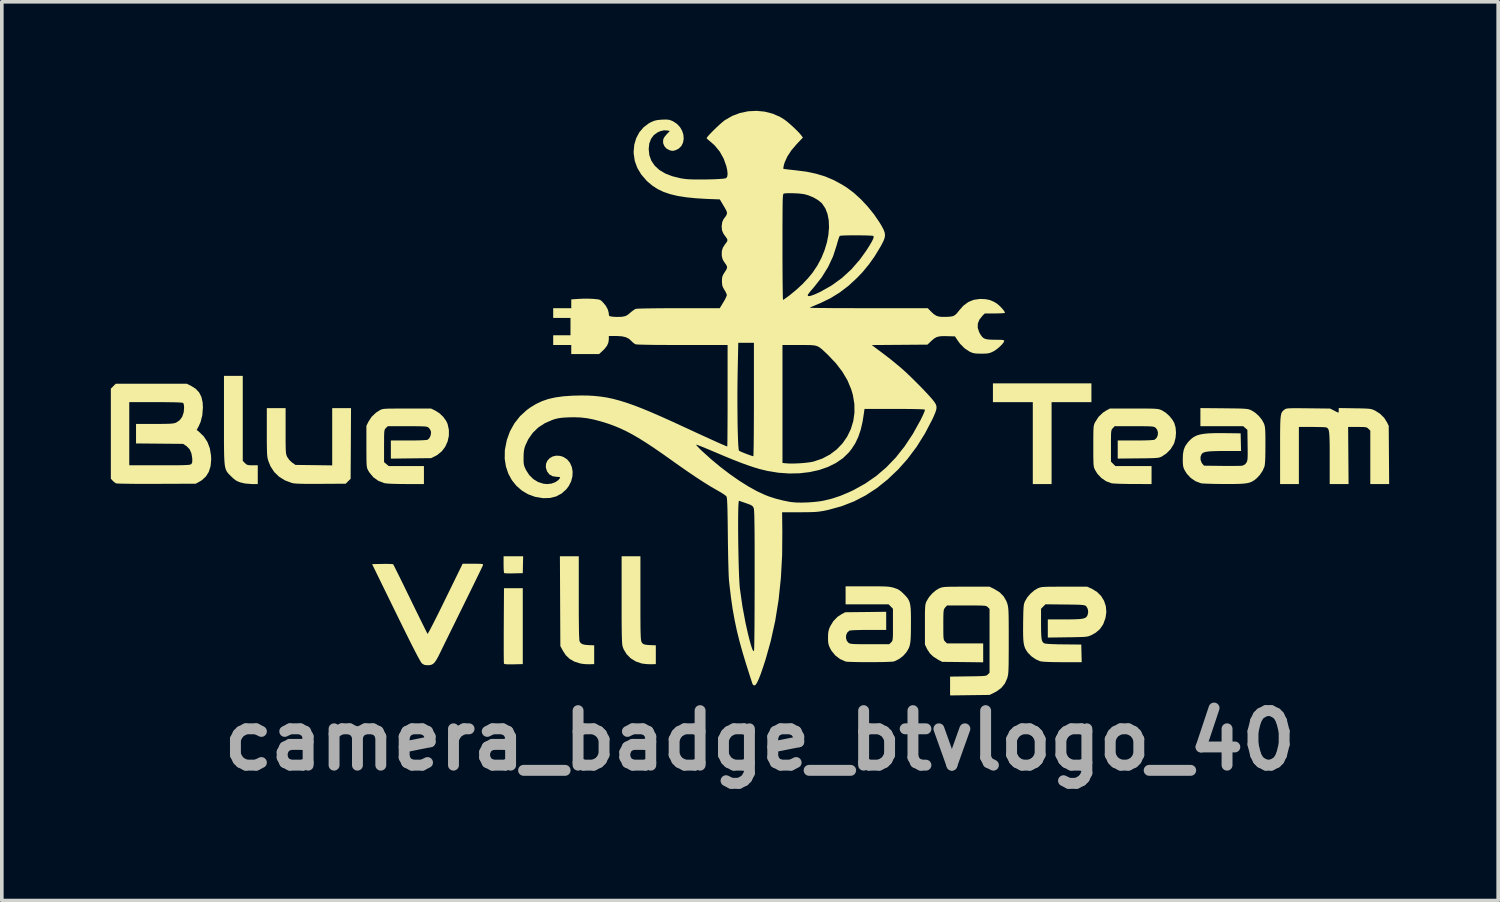
<source format=kicad_pcb>
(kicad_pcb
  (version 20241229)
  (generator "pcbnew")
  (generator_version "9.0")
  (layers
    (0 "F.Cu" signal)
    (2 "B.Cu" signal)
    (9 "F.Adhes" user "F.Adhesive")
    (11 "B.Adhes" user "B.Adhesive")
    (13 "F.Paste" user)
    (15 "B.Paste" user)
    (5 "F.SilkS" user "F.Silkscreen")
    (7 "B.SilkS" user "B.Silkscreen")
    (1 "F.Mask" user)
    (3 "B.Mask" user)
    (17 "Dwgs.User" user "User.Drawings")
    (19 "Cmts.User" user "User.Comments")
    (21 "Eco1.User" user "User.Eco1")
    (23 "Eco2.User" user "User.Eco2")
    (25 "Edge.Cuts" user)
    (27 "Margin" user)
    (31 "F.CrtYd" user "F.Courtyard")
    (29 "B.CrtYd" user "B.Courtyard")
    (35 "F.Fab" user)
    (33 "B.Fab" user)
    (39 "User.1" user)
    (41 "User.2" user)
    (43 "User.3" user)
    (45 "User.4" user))
  (footprint "camera_badge_btvlogo_40"
    (layer "F.Cu")
    (at 17.757 8.326)
    (property "Reference" "camera_badge_btvlogo_40" (at 0.1 9 0) (layer "F.Fab") (effects (font (size 1.5 1.5) (thickness 0.3))))
    (attr board_only exclude_from_pos_files exclude_from_bom)
    (fp_poly (pts (xy -6.417 4.163) (xy -6.422 4.395) (xy -6.672 4.401) (xy -6.769 4.402) (xy -6.852 4.401) (xy -6.91 4.398) (xy -6.935 4.393) (xy -6.935 4.393) (xy -6.941 4.367) (xy -6.946 4.309) (xy -6.949 4.229) (xy -6.95 4.154) (xy -6.95 3.93) (xy -6.68 3.93) (xy -6.411 3.93)) (stroke (width 0) (type solid)) (fill yes) (layer "F.SilkS"))
    (fp_poly (pts (xy 9.225 -0.569) (xy 9.225 -0.31) (xy 8.677 -0.31) (xy 8.129 -0.31) (xy 8.129 0.817) (xy 8.129 1.944) (xy 7.87 1.944) (xy 7.612 1.944) (xy 7.612 0.817) (xy 7.612 -0.31) (xy 7.064 -0.31) (xy 6.515 -0.31) (xy 6.515 -0.569) (xy 6.515 -0.827) (xy 7.87 -0.827) (xy 9.225 -0.827)) (stroke (width 0) (type solid)) (fill yes) (layer "F.SilkS"))
    (fp_poly (pts (xy -6.422 5.854) (xy -6.422 6.898) (xy -6.676 6.904) (xy -6.79 6.905) (xy -6.868 6.903) (xy -6.916 6.897) (xy -6.938 6.887) (xy -6.94 6.883) (xy -6.942 6.858) (xy -6.944 6.795) (xy -6.945 6.699) (xy -6.946 6.574) (xy -6.946 6.424) (xy -6.946 6.253) (xy -6.946 6.065) (xy -6.945 5.864) (xy -6.945 5.833) (xy -6.939 4.809) (xy -6.681 4.809) (xy -6.422 4.809)) (stroke (width 0) (type solid)) (fill yes) (layer "F.SilkS"))
    (fp_poly (pts (xy -4.881 5.077) (xy -4.881 5.359) (xy -4.88 5.6) (xy -4.878 5.803) (xy -4.876 5.968) (xy -4.873 6.097) (xy -4.868 6.19) (xy -4.864 6.249) (xy -4.858 6.274) (xy -4.827 6.32) (xy -4.779 6.35) (xy -4.704 6.368) (xy -4.602 6.376) (xy -4.457 6.381) (xy -4.457 6.64) (xy -4.457 6.898) (xy -4.592 6.902) (xy -4.686 6.9) (xy -4.785 6.89) (xy -4.84 6.88) (xy -5.001 6.83) (xy -5.131 6.756) (xy -5.237 6.655) (xy -5.317 6.533) (xy -5.388 6.402) (xy -5.394 5.166) (xy -5.4 3.93) (xy -5.141 3.93) (xy -4.881 3.93)) (stroke (width 0) (type solid)) (fill yes) (layer "F.SilkS"))
    (fp_poly (pts (xy -14.127 0.136) (xy -14.127 1.306) (xy -14.067 1.367) (xy -14.031 1.399) (xy -13.995 1.417) (xy -13.947 1.425) (xy -13.871 1.427) (xy -13.86 1.427) (xy -13.714 1.427) (xy -13.714 1.686) (xy -13.714 1.944) (xy -13.884 1.943) (xy -14.062 1.929) (xy -14.188 1.9) (xy -14.265 1.871) (xy -14.328 1.836) (xy -14.393 1.784) (xy -14.45 1.729) (xy -14.488 1.691) (xy -14.521 1.657) (xy -14.549 1.623) (xy -14.573 1.587) (xy -14.592 1.545) (xy -14.608 1.494) (xy -14.62 1.431) (xy -14.629 1.351) (xy -14.635 1.252) (xy -14.64 1.131) (xy -14.642 0.984) (xy -14.644 0.808) (xy -14.644 0.599) (xy -14.644 0.354) (xy -14.644 0.172) (xy -14.644 -1.034) (xy -14.386 -1.034) (xy -14.127 -1.034)) (stroke (width 0) (type solid)) (fill yes) (layer "F.SilkS"))
    (fp_poly (pts (xy -3.185 5.079) (xy -3.185 5.331) (xy -3.185 5.545) (xy -3.184 5.724) (xy -3.183 5.871) (xy -3.181 5.99) (xy -3.178 6.084) (xy -3.175 6.156) (xy -3.171 6.209) (xy -3.166 6.247) (xy -3.16 6.273) (xy -3.154 6.289) (xy -3.131 6.325) (xy -3.099 6.348) (xy -3.051 6.363) (xy -2.977 6.372) (xy -2.896 6.376) (xy -2.761 6.381) (xy -2.761 6.64) (xy -2.761 6.898) (xy -2.896 6.902) (xy -2.994 6.899) (xy -3.102 6.888) (xy -3.163 6.877) (xy -3.317 6.823) (xy -3.453 6.738) (xy -3.565 6.625) (xy -3.646 6.491) (xy -3.674 6.416) (xy -3.68 6.388) (xy -3.686 6.345) (xy -3.69 6.284) (xy -3.694 6.203) (xy -3.697 6.098) (xy -3.699 5.967) (xy -3.701 5.807) (xy -3.702 5.614) (xy -3.702 5.385) (xy -3.702 5.126) (xy -3.702 3.93) (xy -3.444 3.93) (xy -3.185 3.93)) (stroke (width 0) (type solid)) (fill yes) (layer "F.SilkS"))
    (fp_poly (pts (xy -12.948 0.482) (xy -12.948 0.66) (xy -12.948 0.801) (xy -12.946 0.911) (xy -12.944 0.995) (xy -12.94 1.057) (xy -12.935 1.103) (xy -12.927 1.138) (xy -12.918 1.166) (xy -12.905 1.193) (xy -12.902 1.2) (xy -12.847 1.279) (xy -12.775 1.348) (xy -12.765 1.355) (xy -12.676 1.417) (xy -12.171 1.423) (xy -11.666 1.43) (xy -11.666 0.643) (xy -11.666 -0.145) (xy -11.407 -0.145) (xy -11.148 -0.145) (xy -11.153 0.827) (xy -11.159 1.799) (xy -11.227 1.866) (xy -11.294 1.934) (xy -11.982 1.938) (xy -12.182 1.939) (xy -12.346 1.939) (xy -12.478 1.937) (xy -12.581 1.934) (xy -12.66 1.93) (xy -12.72 1.924) (xy -12.764 1.916) (xy -12.777 1.913) (xy -12.967 1.842) (xy -13.129 1.741) (xy -13.262 1.612) (xy -13.364 1.455) (xy -13.426 1.301) (xy -13.437 1.262) (xy -13.446 1.22) (xy -13.453 1.17) (xy -13.458 1.107) (xy -13.461 1.025) (xy -13.463 0.921) (xy -13.465 0.788) (xy -13.465 0.621) (xy -13.465 0.515) (xy -13.465 -0.145) (xy -13.207 -0.145) (xy -12.948 -0.145)) (stroke (width 0) (type solid)) (fill yes) (layer "F.SilkS"))
    (fp_poly (pts (xy -7.678 4.137) (xy -7.6 4.138) (xy -7.551 4.142) (xy -7.525 4.148) (xy -7.516 4.159) (xy -7.517 4.174) (xy -7.519 4.178) (xy -7.53 4.204) (xy -7.558 4.263) (xy -7.601 4.353) (xy -7.657 4.469) (xy -7.725 4.608) (xy -7.802 4.766) (xy -7.888 4.941) (xy -7.98 5.128) (xy -8.039 5.248) (xy -8.139 5.451) (xy -8.238 5.652) (xy -8.333 5.846) (xy -8.423 6.027) (xy -8.504 6.193) (xy -8.575 6.337) (xy -8.633 6.455) (xy -8.675 6.543) (xy -8.687 6.567) (xy -8.75 6.694) (xy -8.803 6.788) (xy -8.849 6.853) (xy -8.894 6.895) (xy -8.943 6.918) (xy -9.001 6.928) (xy -9.047 6.929) (xy -9.12 6.922) (xy -9.174 6.896) (xy -9.203 6.872) (xy -9.225 6.841) (xy -9.263 6.776) (xy -9.318 6.676) (xy -9.389 6.54) (xy -9.477 6.368) (xy -9.581 6.16) (xy -9.702 5.916) (xy -9.841 5.634) (xy -9.916 5.481) (xy -10.568 4.147) (xy -10.286 4.141) (xy -10.182 4.14) (xy -10.092 4.142) (xy -10.026 4.145) (xy -9.991 4.15) (xy -9.988 4.152) (xy -9.976 4.173) (xy -9.948 4.228) (xy -9.906 4.313) (xy -9.85 4.424) (xy -9.784 4.558) (xy -9.708 4.712) (xy -9.626 4.881) (xy -9.537 5.063) (xy -9.515 5.109) (xy -9.425 5.293) (xy -9.341 5.465) (xy -9.263 5.623) (xy -9.195 5.762) (xy -9.136 5.88) (xy -9.091 5.971) (xy -9.059 6.034) (xy -9.043 6.064) (xy -9.042 6.066) (xy -9.03 6.051) (xy -9.002 6.002) (xy -8.959 5.922) (xy -8.904 5.816) (xy -8.838 5.686) (xy -8.762 5.535) (xy -8.679 5.368) (xy -8.59 5.186) (xy -8.552 5.109) (xy -8.077 4.137) (xy -7.791 4.137)) (stroke (width 0) (type solid)) (fill yes) (layer "F.SilkS"))
    (fp_poly (pts (xy 16.47 -0.141) (xy 16.616 -0.139) (xy 16.728 -0.136) (xy 16.811 -0.132) (xy 16.874 -0.127) (xy 16.921 -0.119) (xy 16.96 -0.108) (xy 16.998 -0.093) (xy 17.026 -0.08) (xy 17.167 0.008) (xy 17.283 0.124) (xy 17.355 0.239) (xy 17.406 0.341) (xy 17.412 1.143) (xy 17.418 1.944) (xy 17.158 1.944) (xy 16.899 1.944) (xy 16.899 1.209) (xy 16.899 0.474) (xy 16.848 0.423) (xy 16.825 0.402) (xy 16.799 0.387) (xy 16.763 0.379) (xy 16.708 0.374) (xy 16.627 0.373) (xy 16.543 0.372) (xy 16.289 0.372) (xy 16.295 1.158) (xy 16.301 1.944) (xy 16.041 1.944) (xy 15.782 1.944) (xy 15.782 1.23) (xy 15.782 1.025) (xy 15.781 0.857) (xy 15.778 0.723) (xy 15.774 0.618) (xy 15.768 0.539) (xy 15.759 0.481) (xy 15.747 0.44) (xy 15.731 0.414) (xy 15.712 0.397) (xy 15.688 0.385) (xy 15.657 0.381) (xy 15.592 0.377) (xy 15.501 0.375) (xy 15.391 0.373) (xy 15.294 0.372) (xy 14.934 0.372) (xy 14.934 1.158) (xy 14.934 1.944) (xy 14.675 1.944) (xy 14.417 1.944) (xy 14.417 1.013) (xy 14.417 0.781) (xy 14.417 0.586) (xy 14.419 0.426) (xy 14.421 0.296) (xy 14.425 0.192) (xy 14.431 0.112) (xy 14.44 0.05) (xy 14.451 0.004) (xy 14.465 -0.03) (xy 14.483 -0.057) (xy 14.505 -0.079) (xy 14.531 -0.1) (xy 14.532 -0.101) (xy 14.55 -0.114) (xy 14.569 -0.125) (xy 14.595 -0.132) (xy 14.631 -0.138) (xy 14.683 -0.141) (xy 14.756 -0.143) (xy 14.855 -0.144) (xy 14.984 -0.143) (xy 15.149 -0.141) (xy 15.191 -0.141) (xy 15.792 -0.134) (xy 15.903 -0.078) (xy 15.962 -0.047) (xy 16.006 -0.027) (xy 16.021 -0.021) (xy 16.028 -0.039) (xy 16.03 -0.082) (xy 16.03 -0.084) (xy 16.03 -0.148)) (stroke (width 0) (type solid)) (fill yes) (layer "F.SilkS"))
    (fp_poly (pts (xy -8.828 -0.077) (xy -8.713 -0.003) (xy -8.61 0.095) (xy -8.53 0.205) (xy -8.49 0.292) (xy -8.455 0.455) (xy -8.456 0.618) (xy -8.491 0.774) (xy -8.556 0.917) (xy -8.65 1.042) (xy -8.77 1.14) (xy -8.828 1.173) (xy -8.946 1.231) (xy -9.499 1.237) (xy -10.052 1.244) (xy -10.052 0.994) (xy -10.052 0.745) (xy -9.565 0.745) (xy -9.391 0.744) (xy -9.248 0.741) (xy -9.14 0.736) (xy -9.068 0.73) (xy -9.036 0.722) (xy -8.991 0.678) (xy -8.959 0.61) (xy -8.946 0.535) (xy -8.949 0.497) (xy -8.975 0.437) (xy -9.013 0.392) (xy -9.031 0.38) (xy -9.054 0.37) (xy -9.085 0.363) (xy -9.131 0.358) (xy -9.197 0.355) (xy -9.288 0.353) (xy -9.408 0.352) (xy -9.564 0.352) (xy -9.601 0.352) (xy -10.137 0.352) (xy -10.188 0.402) (xy -10.205 0.42) (xy -10.217 0.439) (xy -10.226 0.464) (xy -10.232 0.502) (xy -10.236 0.558) (xy -10.238 0.638) (xy -10.238 0.748) (xy -10.239 0.894) (xy -10.239 0.897) (xy -10.239 1.341) (xy -10.175 1.394) (xy -10.111 1.448) (xy -9.627 1.448) (xy -9.142 1.448) (xy -9.142 1.696) (xy -9.142 1.944) (xy -9.644 1.943) (xy -9.841 1.941) (xy -10.002 1.937) (xy -10.126 1.931) (xy -10.21 1.922) (xy -10.24 1.916) (xy -10.398 1.854) (xy -10.531 1.759) (xy -10.639 1.631) (xy -10.679 1.564) (xy -10.693 1.537) (xy -10.703 1.51) (xy -10.711 1.476) (xy -10.717 1.431) (xy -10.721 1.369) (xy -10.723 1.285) (xy -10.724 1.175) (xy -10.725 1.031) (xy -10.725 0.91) (xy -10.725 0.341) (xy -10.667 0.224) (xy -10.578 0.089) (xy -10.456 -0.025) (xy -10.358 -0.087) (xy -10.333 -0.1) (xy -10.307 -0.111) (xy -10.277 -0.119) (xy -10.237 -0.125) (xy -10.183 -0.129) (xy -10.109 -0.132) (xy -10.011 -0.133) (xy -9.885 -0.134) (xy -9.725 -0.134) (xy -9.608 -0.134) (xy -8.946 -0.134)) (stroke (width 0) (type solid)) (fill yes) (layer "F.SilkS"))
    (fp_poly (pts (xy -15.55 -0.759) (xy -15.424 -0.68) (xy -15.33 -0.581) (xy -15.267 -0.459) (xy -15.232 -0.311) (xy -15.223 -0.166) (xy -15.24 0.05) (xy -15.289 0.241) (xy -15.341 0.355) (xy -15.395 0.455) (xy -15.335 0.501) (xy -15.201 0.631) (xy -15.1 0.784) (xy -15.033 0.96) (xy -15 1.161) (xy -14.996 1.269) (xy -15.012 1.45) (xy -15.06 1.605) (xy -15.14 1.734) (xy -15.252 1.837) (xy -15.309 1.872) (xy -15.42 1.934) (xy -16.496 1.938) (xy -16.704 1.939) (xy -16.9 1.938) (xy -17.081 1.938) (xy -17.242 1.936) (xy -17.379 1.934) (xy -17.488 1.932) (xy -17.566 1.929) (xy -17.607 1.926) (xy -17.612 1.925) (xy -17.655 1.898) (xy -17.702 1.856) (xy -17.706 1.852) (xy -17.757 1.796) (xy -17.757 0.557) (xy -17.757 -0.31) (xy -17.25 -0.31) (xy -17.25 0.558) (xy -17.25 1.427) (xy -16.414 1.427) (xy -16.205 1.427) (xy -16.032 1.427) (xy -15.894 1.426) (xy -15.785 1.424) (xy -15.702 1.421) (xy -15.642 1.418) (xy -15.599 1.413) (xy -15.571 1.407) (xy -15.553 1.4) (xy -15.543 1.393) (xy -15.523 1.361) (xy -15.515 1.313) (xy -15.517 1.237) (xy -15.517 1.232) (xy -15.541 1.094) (xy -15.591 0.985) (xy -15.67 0.904) (xy -15.685 0.893) (xy -15.768 0.838) (xy -16.416 0.832) (xy -17.064 0.826) (xy -17.064 0.558) (xy -17.064 0.29) (xy -16.552 0.289) (xy -16.39 0.289) (xy -16.264 0.287) (xy -16.168 0.285) (xy -16.096 0.281) (xy -16.043 0.275) (xy -16.003 0.267) (xy -15.971 0.257) (xy -15.956 0.25) (xy -15.861 0.185) (xy -15.792 0.09) (xy -15.752 -0.031) (xy -15.741 -0.154) (xy -15.745 -0.22) (xy -15.757 -0.27) (xy -15.765 -0.285) (xy -15.784 -0.293) (xy -15.828 -0.298) (xy -15.898 -0.303) (xy -15.998 -0.306) (xy -16.131 -0.308) (xy -16.299 -0.31) (xy -16.506 -0.31) (xy -16.52 -0.31) (xy -17.25 -0.31) (xy -17.757 -0.31) (xy -17.757 -0.682) (xy -17.69 -0.749) (xy -17.622 -0.817) (xy -16.645 -0.817) (xy -15.668 -0.817)) (stroke (width 0) (type solid)) (fill yes) (layer "F.SilkS"))
    (fp_poly (pts (xy 10.577 -0.134) (xy 10.724 -0.134) (xy 10.839 -0.133) (xy 10.927 -0.131) (xy 10.994 -0.127) (xy 11.044 -0.122) (xy 11.083 -0.115) (xy 11.114 -0.106) (xy 11.144 -0.094) (xy 11.163 -0.086) (xy 11.267 -0.022) (xy 11.369 0.069) (xy 11.455 0.175) (xy 11.506 0.264) (xy 11.541 0.386) (xy 11.553 0.526) (xy 11.541 0.671) (xy 11.506 0.806) (xy 11.491 0.843) (xy 11.405 0.983) (xy 11.287 1.103) (xy 11.166 1.183) (xy 11.138 1.197) (xy 11.109 1.208) (xy 11.075 1.217) (xy 11.03 1.223) (xy 10.968 1.228) (xy 10.885 1.231) (xy 10.775 1.234) (xy 10.633 1.236) (xy 10.513 1.237) (xy 9.949 1.243) (xy 9.949 0.994) (xy 9.949 0.745) (xy 10.436 0.745) (xy 10.597 0.744) (xy 10.734 0.741) (xy 10.843 0.737) (xy 10.92 0.731) (xy 10.961 0.725) (xy 10.964 0.723) (xy 11.02 0.672) (xy 11.051 0.6) (xy 11.056 0.52) (xy 11.032 0.445) (xy 10.99 0.394) (xy 10.972 0.381) (xy 10.95 0.371) (xy 10.92 0.364) (xy 10.876 0.358) (xy 10.813 0.355) (xy 10.725 0.353) (xy 10.609 0.352) (xy 10.458 0.352) (xy 10.4 0.352) (xy 9.864 0.352) (xy 9.814 0.406) (xy 9.797 0.426) (xy 9.784 0.446) (xy 9.775 0.472) (xy 9.769 0.512) (xy 9.765 0.57) (xy 9.764 0.652) (xy 9.763 0.765) (xy 9.763 0.894) (xy 9.763 1.327) (xy 9.823 1.387) (xy 9.884 1.448) (xy 10.382 1.448) (xy 10.88 1.448) (xy 10.88 1.696) (xy 10.88 1.944) (xy 10.368 1.942) (xy 10.222 1.941) (xy 10.086 1.938) (xy 9.966 1.935) (xy 9.869 1.93) (xy 9.803 1.925) (xy 9.778 1.922) (xy 9.631 1.867) (xy 9.499 1.777) (xy 9.389 1.66) (xy 9.325 1.555) (xy 9.31 1.525) (xy 9.299 1.495) (xy 9.291 1.46) (xy 9.285 1.415) (xy 9.281 1.354) (xy 9.279 1.271) (xy 9.277 1.162) (xy 9.277 1.021) (xy 9.277 0.9) (xy 9.277 0.733) (xy 9.278 0.602) (xy 9.279 0.501) (xy 9.282 0.426) (xy 9.286 0.37) (xy 9.293 0.329) (xy 9.302 0.296) (xy 9.314 0.267) (xy 9.325 0.245) (xy 9.419 0.097) (xy 9.54 -0.02) (xy 9.621 -0.073) (xy 9.732 -0.134) (xy 10.394 -0.134)) (stroke (width 0) (type solid)) (fill yes) (layer "F.SilkS"))
    (fp_poly (pts (xy 3.235 4.758) (xy 3.375 4.758) (xy 3.485 4.76) (xy 3.57 4.763) (xy 3.637 4.768) (xy 3.69 4.775) (xy 3.735 4.784) (xy 3.779 4.795) (xy 3.797 4.801) (xy 3.875 4.828) (xy 3.938 4.861) (xy 3.999 4.908) (xy 4.066 4.973) (xy 4.121 5.03) (xy 4.165 5.082) (xy 4.198 5.136) (xy 4.223 5.196) (xy 4.24 5.269) (xy 4.251 5.36) (xy 4.257 5.474) (xy 4.259 5.619) (xy 4.259 5.799) (xy 4.259 5.811) (xy 4.258 5.985) (xy 4.255 6.124) (xy 4.249 6.234) (xy 4.239 6.321) (xy 4.224 6.392) (xy 4.203 6.452) (xy 4.174 6.507) (xy 4.137 6.565) (xy 4.121 6.587) (xy 4.04 6.677) (xy 3.935 6.756) (xy 3.823 6.813) (xy 3.786 6.826) (xy 3.746 6.831) (xy 3.672 6.835) (xy 3.57 6.839) (xy 3.446 6.842) (xy 3.308 6.843) (xy 3.161 6.844) (xy 3.013 6.844) (xy 2.87 6.843) (xy 2.738 6.841) (xy 2.624 6.838) (xy 2.535 6.835) (xy 2.478 6.83) (xy 2.461 6.827) (xy 2.308 6.759) (xy 2.176 6.658) (xy 2.071 6.529) (xy 2.03 6.453) (xy 2.001 6.386) (xy 1.985 6.322) (xy 1.978 6.246) (xy 1.977 6.164) (xy 1.98 6.065) (xy 1.99 5.99) (xy 2.01 5.922) (xy 2.034 5.864) (xy 2.124 5.715) (xy 2.242 5.595) (xy 2.348 5.526) (xy 2.451 5.471) (xy 3.015 5.465) (xy 3.578 5.458) (xy 3.578 5.708) (xy 3.578 5.957) (xy 3.091 5.957) (xy 2.93 5.958) (xy 2.793 5.961) (xy 2.684 5.965) (xy 2.607 5.97) (xy 2.567 5.977) (xy 2.564 5.978) (xy 2.507 6.03) (xy 2.476 6.102) (xy 2.472 6.182) (xy 2.495 6.257) (xy 2.537 6.308) (xy 2.556 6.321) (xy 2.577 6.331) (xy 2.608 6.338) (xy 2.652 6.343) (xy 2.715 6.347) (xy 2.802 6.349) (xy 2.918 6.35) (xy 3.069 6.35) (xy 3.127 6.35) (xy 3.663 6.35) (xy 3.714 6.299) (xy 3.731 6.282) (xy 3.743 6.263) (xy 3.752 6.237) (xy 3.758 6.199) (xy 3.762 6.142) (xy 3.764 6.061) (xy 3.764 5.95) (xy 3.764 5.812) (xy 3.764 5.375) (xy 3.704 5.314) (xy 3.644 5.254) (xy 3.052 5.254) (xy 2.461 5.254) (xy 2.461 5.006) (xy 2.461 4.757) (xy 3.059 4.757)) (stroke (width 0) (type solid)) (fill yes) (layer "F.SilkS"))
    (fp_poly (pts (xy 9.241 4.827) (xy 9.381 4.913) (xy 9.493 5.025) (xy 9.573 5.157) (xy 9.622 5.304) (xy 9.636 5.462) (xy 9.614 5.624) (xy 9.555 5.787) (xy 9.539 5.819) (xy 9.456 5.938) (xy 9.343 6.034) (xy 9.226 6.099) (xy 9.19 6.115) (xy 9.156 6.128) (xy 9.119 6.137) (xy 9.073 6.145) (xy 9.012 6.15) (xy 8.93 6.153) (xy 8.823 6.156) (xy 8.683 6.159) (xy 8.568 6.16) (xy 8.025 6.168) (xy 8.025 5.918) (xy 8.025 5.667) (xy 8.491 5.667) (xy 8.663 5.667) (xy 8.799 5.664) (xy 8.902 5.658) (xy 8.979 5.649) (xy 9.034 5.634) (xy 9.073 5.614) (xy 9.099 5.587) (xy 9.118 5.553) (xy 9.12 5.546) (xy 9.137 5.464) (xy 9.125 5.381) (xy 9.087 5.313) (xy 9.078 5.303) (xy 9.062 5.291) (xy 9.04 5.282) (xy 9.007 5.275) (xy 8.958 5.269) (xy 8.888 5.265) (xy 8.792 5.262) (xy 8.665 5.26) (xy 8.502 5.258) (xy 8.498 5.258) (xy 7.962 5.252) (xy 7.901 5.313) (xy 7.839 5.375) (xy 7.839 5.789) (xy 7.84 5.947) (xy 7.843 6.068) (xy 7.849 6.159) (xy 7.858 6.225) (xy 7.873 6.27) (xy 7.893 6.3) (xy 7.919 6.321) (xy 7.929 6.327) (xy 7.967 6.335) (xy 8.043 6.343) (xy 8.154 6.348) (xy 8.299 6.353) (xy 8.46 6.355) (xy 8.946 6.36) (xy 8.952 6.603) (xy 8.958 6.846) (xy 8.424 6.845) (xy 8.23 6.844) (xy 8.074 6.84) (xy 7.954 6.835) (xy 7.869 6.828) (xy 7.814 6.819) (xy 7.806 6.817) (xy 7.69 6.764) (xy 7.576 6.685) (xy 7.482 6.59) (xy 7.468 6.573) (xy 7.431 6.518) (xy 7.401 6.463) (xy 7.379 6.403) (xy 7.363 6.331) (xy 7.352 6.243) (xy 7.347 6.132) (xy 7.345 5.993) (xy 7.346 5.819) (xy 7.346 5.765) (xy 7.349 5.606) (xy 7.351 5.483) (xy 7.355 5.389) (xy 7.36 5.319) (xy 7.366 5.267) (xy 7.375 5.227) (xy 7.387 5.193) (xy 7.398 5.167) (xy 7.464 5.057) (xy 7.555 4.953) (xy 7.658 4.866) (xy 7.742 4.816) (xy 7.773 4.803) (xy 7.804 4.792) (xy 7.838 4.783) (xy 7.882 4.777) (xy 7.939 4.773) (xy 8.016 4.77) (xy 8.117 4.769) (xy 8.247 4.768) (xy 8.412 4.768) (xy 8.48 4.768) (xy 9.111 4.768)) (stroke (width 0) (type solid)) (fill yes) (layer "F.SilkS"))
    (fp_poly (pts (xy 12.871 -0.141) (xy 13.052 -0.139) (xy 13.196 -0.137) (xy 13.31 -0.135) (xy 13.397 -0.131) (xy 13.462 -0.127) (xy 13.512 -0.121) (xy 13.55 -0.114) (xy 13.582 -0.104) (xy 13.613 -0.091) (xy 13.625 -0.086) (xy 13.728 -0.023) (xy 13.828 0.066) (xy 13.913 0.169) (xy 13.971 0.274) (xy 13.974 0.279) (xy 13.986 0.316) (xy 13.996 0.357) (xy 14.003 0.406) (xy 14.008 0.471) (xy 14.011 0.557) (xy 14.013 0.671) (xy 14.013 0.817) (xy 14.013 0.879) (xy 14.012 1.072) (xy 14.009 1.225) (xy 14.003 1.341) (xy 13.995 1.422) (xy 13.987 1.461) (xy 13.938 1.575) (xy 13.862 1.689) (xy 13.772 1.786) (xy 13.738 1.814) (xy 13.688 1.85) (xy 13.637 1.879) (xy 13.583 1.901) (xy 13.518 1.918) (xy 13.437 1.929) (xy 13.336 1.937) (xy 13.209 1.941) (xy 13.051 1.942) (xy 12.877 1.942) (xy 12.725 1.941) (xy 12.582 1.939) (xy 12.456 1.935) (xy 12.352 1.931) (xy 12.278 1.927) (xy 12.239 1.922) (xy 12.093 1.867) (xy 11.96 1.777) (xy 11.85 1.66) (xy 11.786 1.555) (xy 11.763 1.502) (xy 11.749 1.448) (xy 11.741 1.381) (xy 11.739 1.289) (xy 11.739 1.251) (xy 11.745 1.11) (xy 11.767 0.997) (xy 11.806 0.9) (xy 11.869 0.809) (xy 11.912 0.76) (xy 11.974 0.699) (xy 12.04 0.649) (xy 12.115 0.611) (xy 12.204 0.582) (xy 12.312 0.562) (xy 12.443 0.549) (xy 12.603 0.543) (xy 12.797 0.542) (xy 12.897 0.543) (xy 13.331 0.548) (xy 13.337 0.791) (xy 13.343 1.034) (xy 12.892 1.034) (xy 12.716 1.035) (xy 12.577 1.039) (xy 12.47 1.045) (xy 12.389 1.055) (xy 12.331 1.069) (xy 12.291 1.088) (xy 12.263 1.113) (xy 12.256 1.122) (xy 12.227 1.196) (xy 12.229 1.28) (xy 12.259 1.358) (xy 12.274 1.38) (xy 12.324 1.438) (xy 12.817 1.444) (xy 12.96 1.445) (xy 13.092 1.445) (xy 13.208 1.444) (xy 13.299 1.443) (xy 13.36 1.44) (xy 13.378 1.438) (xy 13.447 1.406) (xy 13.488 1.359) (xy 13.501 1.334) (xy 13.512 1.305) (xy 13.519 1.267) (xy 13.523 1.213) (xy 13.525 1.138) (xy 13.525 1.034) (xy 13.523 0.896) (xy 13.523 0.872) (xy 13.517 0.451) (xy 13.459 0.402) (xy 13.401 0.352) (xy 12.813 0.352) (xy 12.224 0.352) (xy 12.224 0.102) (xy 12.224 -0.147)) (stroke (width 0) (type solid)) (fill yes) (layer "F.SilkS"))
    (fp_poly (pts (xy 6.561 4.836) (xy 6.704 4.925) (xy 6.812 5.036) (xy 6.888 5.17) (xy 6.909 5.228) (xy 6.919 5.263) (xy 6.927 5.298) (xy 6.934 5.339) (xy 6.939 5.39) (xy 6.943 5.455) (xy 6.946 5.537) (xy 6.948 5.642) (xy 6.949 5.773) (xy 6.95 5.935) (xy 6.95 6.131) (xy 6.95 6.257) (xy 6.95 6.475) (xy 6.949 6.655) (xy 6.948 6.803) (xy 6.947 6.922) (xy 6.944 7.016) (xy 6.941 7.09) (xy 6.937 7.148) (xy 6.931 7.194) (xy 6.923 7.232) (xy 6.914 7.267) (xy 6.909 7.286) (xy 6.845 7.43) (xy 6.749 7.55) (xy 6.619 7.647) (xy 6.561 7.678) (xy 6.423 7.746) (xy 5.88 7.753) (xy 5.336 7.76) (xy 5.336 7.501) (xy 5.336 7.242) (xy 5.832 7.235) (xy 5.988 7.233) (xy 6.108 7.231) (xy 6.197 7.228) (xy 6.261 7.224) (xy 6.305 7.219) (xy 6.335 7.211) (xy 6.355 7.2) (xy 6.371 7.186) (xy 6.375 7.182) (xy 6.422 7.135) (xy 6.422 6.257) (xy 6.422 5.379) (xy 6.375 5.332) (xy 6.36 5.318) (xy 6.343 5.307) (xy 6.319 5.298) (xy 6.282 5.292) (xy 6.229 5.289) (xy 6.153 5.286) (xy 6.05 5.285) (xy 5.914 5.285) (xy 5.789 5.285) (xy 5.25 5.285) (xy 5.2 5.343) (xy 5.183 5.364) (xy 5.171 5.386) (xy 5.162 5.415) (xy 5.156 5.457) (xy 5.153 5.518) (xy 5.151 5.605) (xy 5.15 5.723) (xy 5.15 5.814) (xy 5.15 5.955) (xy 5.151 6.06) (xy 5.153 6.136) (xy 5.158 6.188) (xy 5.164 6.223) (xy 5.174 6.247) (xy 5.188 6.266) (xy 5.201 6.279) (xy 5.252 6.329) (xy 5.749 6.329) (xy 6.247 6.329) (xy 6.247 6.589) (xy 6.247 6.849) (xy 5.683 6.842) (xy 5.119 6.836) (xy 5.011 6.779) (xy 4.882 6.698) (xy 4.784 6.607) (xy 4.711 6.497) (xy 4.701 6.478) (xy 4.644 6.36) (xy 4.644 5.812) (xy 4.644 5.646) (xy 4.644 5.516) (xy 4.646 5.417) (xy 4.649 5.342) (xy 4.654 5.286) (xy 4.661 5.244) (xy 4.671 5.21) (xy 4.683 5.179) (xy 4.689 5.167) (xy 4.755 5.057) (xy 4.845 4.953) (xy 4.948 4.866) (xy 5.032 4.816) (xy 5.063 4.803) (xy 5.094 4.792) (xy 5.128 4.784) (xy 5.171 4.777) (xy 5.228 4.773) (xy 5.304 4.77) (xy 5.403 4.769) (xy 5.532 4.768) (xy 5.695 4.768) (xy 5.782 4.768) (xy 6.423 4.768)) (stroke (width 0) (type solid)) (fill yes) (layer "F.SilkS"))
    (fp_poly (pts (xy 0.237 -8.304) (xy 0.458 -8.247) (xy 0.665 -8.155) (xy 0.778 -8.085) (xy 0.852 -8.029) (xy 0.94 -7.954) (xy 1.032 -7.87) (xy 1.12 -7.785) (xy 1.194 -7.708) (xy 1.244 -7.648) (xy 1.244 -7.647) (xy 1.286 -7.59) (xy 1.113 -7.408) (xy 0.968 -7.238) (xy 0.857 -7.068) (xy 0.783 -6.903) (xy 0.764 -6.84) (xy 0.752 -6.782) (xy 0.747 -6.741) (xy 0.749 -6.732) (xy 0.772 -6.727) (xy 0.828 -6.719) (xy 0.912 -6.709) (xy 1.014 -6.698) (xy 1.077 -6.691) (xy 1.378 -6.653) (xy 1.649 -6.596) (xy 1.899 -6.52) (xy 2.136 -6.42) (xy 2.369 -6.293) (xy 2.499 -6.211) (xy 2.687 -6.07) (xy 2.878 -5.897) (xy 3.064 -5.699) (xy 3.236 -5.487) (xy 3.388 -5.266) (xy 3.453 -5.158) (xy 3.505 -5.06) (xy 3.536 -4.978) (xy 3.546 -4.903) (xy 3.534 -4.825) (xy 3.499 -4.735) (xy 3.441 -4.624) (xy 3.414 -4.576) (xy 3.259 -4.321) (xy 3.1 -4.097) (xy 2.931 -3.892) (xy 2.781 -3.734) (xy 2.542 -3.513) (xy 2.3 -3.328) (xy 2.046 -3.171) (xy 1.771 -3.037) (xy 1.703 -3.009) (xy 1.616 -2.972) (xy 1.543 -2.941) (xy 1.493 -2.918) (xy 1.474 -2.908) (xy 1.492 -2.906) (xy 1.549 -2.904) (xy 1.64 -2.903) (xy 1.764 -2.901) (xy 1.917 -2.9) (xy 2.096 -2.898) (xy 2.297 -2.897) (xy 2.518 -2.897) (xy 2.756 -2.896) (xy 3.008 -2.896) (xy 3.091 -2.896) (xy 4.721 -2.896) (xy 4.815 -2.8) (xy 4.886 -2.734) (xy 4.951 -2.691) (xy 5.023 -2.666) (xy 5.112 -2.656) (xy 5.226 -2.657) (xy 5.331 -2.662) (xy 5.405 -2.674) (xy 5.461 -2.699) (xy 5.511 -2.742) (xy 5.566 -2.808) (xy 5.581 -2.828) (xy 5.703 -2.966) (xy 5.836 -3.064) (xy 5.984 -3.125) (xy 6.149 -3.149) (xy 6.182 -3.15) (xy 6.32 -3.143) (xy 6.436 -3.118) (xy 6.546 -3.07) (xy 6.605 -3.035) (xy 6.661 -2.993) (xy 6.722 -2.937) (xy 6.778 -2.876) (xy 6.822 -2.82) (xy 6.845 -2.778) (xy 6.846 -2.769) (xy 6.827 -2.762) (xy 6.774 -2.757) (xy 6.694 -2.753) (xy 6.596 -2.751) (xy 6.569 -2.751) (xy 6.291 -2.751) (xy 6.227 -2.687) (xy 6.142 -2.58) (xy 6.099 -2.471) (xy 6.097 -2.357) (xy 6.136 -2.237) (xy 6.164 -2.184) (xy 6.204 -2.125) (xy 6.243 -2.083) (xy 6.292 -2.055) (xy 6.356 -2.038) (xy 6.445 -2.03) (xy 6.565 -2.027) (xy 6.603 -2.027) (xy 6.703 -2.026) (xy 6.769 -2.023) (xy 6.807 -2.016) (xy 6.823 -2.005) (xy 6.826 -1.995) (xy 6.81 -1.956) (xy 6.768 -1.901) (xy 6.707 -1.84) (xy 6.637 -1.78) (xy 6.565 -1.728) (xy 6.518 -1.702) (xy 6.458 -1.674) (xy 6.405 -1.658) (xy 6.344 -1.648) (xy 6.263 -1.645) (xy 6.195 -1.644) (xy 6.094 -1.646) (xy 6.022 -1.651) (xy 5.965 -1.663) (xy 5.911 -1.683) (xy 5.874 -1.7) (xy 5.735 -1.791) (xy 5.608 -1.92) (xy 5.537 -2.019) (xy 5.47 -2.12) (xy 5.249 -2.126) (xy 5.128 -2.127) (xy 5.038 -2.119) (xy 4.967 -2.1) (xy 4.904 -2.066) (xy 4.839 -2.012) (xy 4.803 -1.978) (xy 4.714 -1.893) (xy 3.948 -1.887) (xy 3.181 -1.881) (xy 3.468 -1.667) (xy 3.586 -1.577) (xy 3.714 -1.477) (xy 3.839 -1.375) (xy 3.949 -1.284) (xy 3.982 -1.256) (xy 4.092 -1.158) (xy 4.218 -1.04) (xy 4.351 -0.91) (xy 4.486 -0.775) (xy 4.614 -0.643) (xy 4.729 -0.521) (xy 4.823 -0.416) (xy 4.857 -0.376) (xy 4.911 -0.306) (xy 4.947 -0.244) (xy 4.963 -0.185) (xy 4.959 -0.118) (xy 4.935 -0.037) (xy 4.892 0.067) (xy 4.852 0.155) (xy 4.645 0.552) (xy 4.413 0.922) (xy 4.158 1.261) (xy 3.911 1.538) (xy 3.618 1.817) (xy 3.319 2.056) (xy 3.01 2.257) (xy 2.69 2.422) (xy 2.353 2.553) (xy 1.999 2.651) (xy 1.946 2.663) (xy 1.859 2.681) (xy 1.782 2.694) (xy 1.708 2.704) (xy 1.629 2.711) (xy 1.537 2.715) (xy 1.423 2.718) (xy 1.28 2.719) (xy 1.2 2.719) (xy 0.714 2.72) (xy 0.72 3.247) (xy 0.715 3.903) (xy 0.68 4.531) (xy 0.617 5.132) (xy 0.524 5.71) (xy 0.401 6.266) (xy 0.261 6.764) (xy 0.19 6.983) (xy 0.128 7.163) (xy 0.074 7.302) (xy 0.028 7.402) (xy -0.01 7.462) (xy -0.039 7.484) (xy -0.079 7.475) (xy -0.103 7.438) (xy -0.114 7.404) (xy -0.136 7.337) (xy -0.167 7.243) (xy -0.203 7.128) (xy -0.244 6.999) (xy -0.268 6.925) (xy -0.37 6.588) (xy -0.457 6.276) (xy -0.531 5.979) (xy -0.593 5.685) (xy -0.647 5.385) (xy -0.693 5.068) (xy -0.734 4.722) (xy -0.746 4.613) (xy -0.751 4.548) (xy -0.756 4.447) (xy -0.761 4.315) (xy -0.765 4.157) (xy -0.77 3.978) (xy -0.773 3.783) (xy -0.777 3.577) (xy -0.779 3.366) (xy -0.779 3.361) (xy -0.782 3.151) (xy -0.496 3.151) (xy -0.495 3.337) (xy -0.493 3.531) (xy -0.49 3.726) (xy -0.486 3.92) (xy -0.482 4.108) (xy -0.477 4.286) (xy -0.471 4.449) (xy -0.464 4.593) (xy -0.457 4.714) (xy -0.449 4.808) (xy -0.446 4.83) (xy -0.378 5.308) (xy -0.291 5.773) (xy -0.228 6.051) (xy -0.185 6.224) (xy -0.148 6.358) (xy -0.118 6.454) (xy -0.093 6.514) (xy -0.073 6.539) (xy -0.059 6.533) (xy -0.057 6.508) (xy -0.054 6.446) (xy -0.052 6.347) (xy -0.05 6.217) (xy -0.048 6.056) (xy -0.046 5.869) (xy -0.045 5.658) (xy -0.044 5.426) (xy -0.043 5.177) (xy -0.042 4.912) (xy -0.042 4.635) (xy -0.042 4.586) (xy -0.042 4.251) (xy -0.042 3.954) (xy -0.042 3.694) (xy -0.043 3.469) (xy -0.044 3.276) (xy -0.046 3.112) (xy -0.048 2.976) (xy -0.05 2.864) (xy -0.052 2.776) (xy -0.056 2.708) (xy -0.059 2.658) (xy -0.063 2.624) (xy -0.068 2.603) (xy -0.069 2.6) (xy -0.088 2.565) (xy -0.115 2.539) (xy -0.16 2.514) (xy -0.232 2.487) (xy -0.271 2.473) (xy -0.352 2.445) (xy -0.42 2.422) (xy -0.464 2.406) (xy -0.472 2.403) (xy -0.479 2.421) (xy -0.485 2.475) (xy -0.49 2.562) (xy -0.493 2.677) (xy -0.495 2.817) (xy -0.496 2.976) (xy -0.496 3.151) (xy -0.782 3.151) (xy -0.782 3.116) (xy -0.785 2.909) (xy -0.788 2.737) (xy -0.791 2.598) (xy -0.795 2.489) (xy -0.799 2.405) (xy -0.804 2.346) (xy -0.81 2.307) (xy -0.816 2.286) (xy -0.817 2.284) (xy -0.846 2.257) (xy -0.902 2.217) (xy -0.979 2.169) (xy -1.068 2.118) (xy -1.242 2.018) (xy -1.445 1.892) (xy -1.675 1.742) (xy -1.929 1.569) (xy -2.205 1.376) (xy -2.296 1.311) (xy -2.565 1.12) (xy -2.807 0.953) (xy -2.949 0.859) (xy -1.652 0.859) (xy -1.643 0.877) (xy -1.608 0.916) (xy -1.555 0.972) (xy -1.499 1.026) (xy -1.247 1.254) (xy -0.989 1.469) (xy -0.728 1.668) (xy -0.469 1.849) (xy -0.218 2.007) (xy 0.022 2.14) (xy 0.244 2.243) (xy 0.346 2.283) (xy 0.532 2.343) (xy 0.725 2.393) (xy 0.907 2.43) (xy 0.965 2.439) (xy 1.096 2.451) (xy 1.255 2.454) (xy 1.427 2.449) (xy 1.6 2.436) (xy 1.76 2.417) (xy 1.855 2.401) (xy 2.087 2.344) (xy 2.314 2.269) (xy 2.549 2.171) (xy 2.679 2.11) (xy 3.003 1.93) (xy 3.304 1.722) (xy 3.584 1.482) (xy 3.845 1.21) (xy 4.087 0.904) (xy 4.313 0.562) (xy 4.524 0.182) (xy 4.533 0.165) (xy 4.578 0.072) (xy 4.614 -0.008) (xy 4.637 -0.067) (xy 4.645 -0.1) (xy 4.644 -0.103) (xy 4.619 -0.109) (xy 4.553 -0.114) (xy 4.445 -0.118) (xy 4.296 -0.121) (xy 4.106 -0.123) (xy 3.875 -0.124) (xy 3.806 -0.124) (xy 2.981 -0.124) (xy 2.968 -0.026) (xy 2.928 0.231) (xy 2.876 0.453) (xy 2.81 0.647) (xy 2.728 0.82) (xy 2.627 0.977) (xy 2.546 1.078) (xy 2.386 1.233) (xy 2.195 1.364) (xy 1.977 1.472) (xy 1.736 1.556) (xy 1.475 1.614) (xy 1.198 1.647) (xy 0.91 1.653) (xy 0.613 1.632) (xy 0.313 1.583) (xy 0.089 1.529) (xy -0.066 1.482) (xy -0.235 1.425) (xy -0.406 1.363) (xy 0.724 1.363) (xy 0.812 1.372) (xy 0.923 1.379) (xy 1.058 1.378) (xy 1.204 1.372) (xy 1.348 1.36) (xy 1.477 1.344) (xy 1.579 1.325) (xy 1.581 1.324) (xy 1.817 1.244) (xy 2.029 1.132) (xy 2.216 0.991) (xy 2.375 0.826) (xy 2.505 0.638) (xy 2.605 0.432) (xy 2.672 0.212) (xy 2.705 -0.021) (xy 2.702 -0.263) (xy 2.661 -0.509) (xy 2.616 -0.662) (xy 2.514 -0.907) (xy 2.374 -1.145) (xy 2.197 -1.377) (xy 1.98 -1.606) (xy 1.95 -1.635) (xy 1.869 -1.711) (xy 1.805 -1.77) (xy 1.749 -1.813) (xy 1.697 -1.844) (xy 1.639 -1.864) (xy 1.569 -1.875) (xy 1.481 -1.881) (xy 1.367 -1.882) (xy 1.22 -1.882) (xy 1.184 -1.882) (xy 0.724 -1.882) (xy 0.724 -0.26) (xy 0.724 1.363) (xy -0.406 1.363) (xy -0.424 1.356) (xy -0.637 1.273) (xy -0.878 1.174) (xy -1.151 1.058) (xy -1.157 1.056) (xy -1.288 1) (xy -1.407 0.951) (xy -1.508 0.91) (xy -1.586 0.88) (xy -1.636 0.862) (xy -1.652 0.859) (xy -2.949 0.859) (xy -3.025 0.809) (xy -3.225 0.684) (xy -3.409 0.577) (xy -3.583 0.485) (xy -3.75 0.407) (xy -3.915 0.339) (xy -4.082 0.279) (xy -4.254 0.226) (xy -4.272 0.22) (xy -4.474 0.167) (xy -4.653 0.132) (xy -4.826 0.112) (xy -5.005 0.105) (xy -5.152 0.108) (xy -5.279 0.114) (xy -5.377 0.123) (xy -5.458 0.136) (xy -5.534 0.155) (xy -5.595 0.174) (xy -5.81 0.266) (xy -5.994 0.386) (xy -6.147 0.534) (xy -6.27 0.709) (xy -6.35 0.879) (xy -6.375 0.954) (xy -6.39 1.031) (xy -6.398 1.123) (xy -6.4 1.21) (xy -6.4 1.308) (xy -6.396 1.378) (xy -6.385 1.434) (xy -6.365 1.489) (xy -6.334 1.555) (xy -6.334 1.556) (xy -6.245 1.695) (xy -6.132 1.807) (xy -6 1.888) (xy -5.855 1.934) (xy -5.749 1.944) (xy -5.633 1.931) (xy -5.528 1.893) (xy -5.444 1.836) (xy -5.398 1.778) (xy -5.394 1.76) (xy -5.414 1.75) (xy -5.464 1.745) (xy -5.491 1.745) (xy -5.604 1.727) (xy -5.69 1.678) (xy -5.753 1.595) (xy -5.758 1.585) (xy -5.788 1.482) (xy -5.782 1.386) (xy -5.745 1.301) (xy -5.683 1.233) (xy -5.6 1.185) (xy -5.502 1.162) (xy -5.395 1.168) (xy -5.305 1.197) (xy -5.2 1.265) (xy -5.123 1.36) (xy -5.073 1.473) (xy -5.05 1.6) (xy -5.056 1.734) (xy -5.091 1.869) (xy -5.156 1.998) (xy -5.225 2.089) (xy -5.355 2.205) (xy -5.503 2.284) (xy -5.669 2.326) (xy -5.855 2.332) (xy -5.874 2.33) (xy -6.084 2.295) (xy -6.277 2.224) (xy -6.449 2.121) (xy -6.599 1.99) (xy -6.724 1.834) (xy -6.82 1.656) (xy -6.886 1.459) (xy -6.919 1.248) (xy -6.916 1.026) (xy -6.912 0.989) (xy -6.861 0.732) (xy -6.774 0.492) (xy -6.652 0.273) (xy -6.498 0.077) (xy -6.312 -0.093) (xy -6.217 -0.162) (xy -6.056 -0.26) (xy -5.891 -0.338) (xy -5.716 -0.398) (xy -5.523 -0.441) (xy -5.307 -0.471) (xy -5.06 -0.488) (xy -4.981 -0.49) (xy -4.793 -0.494) (xy -4.615 -0.491) (xy -4.444 -0.481) (xy -4.276 -0.463) (xy -4.107 -0.437) (xy -3.934 -0.4) (xy -3.754 -0.352) (xy -3.561 -0.292) (xy -3.354 -0.219) (xy -3.129 -0.132) (xy -2.881 -0.029) (xy -2.608 0.09) (xy -2.305 0.226) (xy -1.97 0.381) (xy -1.965 0.383) (xy -1.768 0.474) (xy -1.58 0.561) (xy -1.403 0.642) (xy -1.242 0.715) (xy -1.101 0.779) (xy -0.982 0.832) (xy -0.889 0.872) (xy -0.826 0.899) (xy -0.797 0.91) (xy -0.796 0.91) (xy -0.794 0.89) (xy -0.793 0.832) (xy -0.791 0.739) (xy -0.79 0.615) (xy -0.789 0.463) (xy -0.788 0.287) (xy -0.787 0.089) (xy -0.786 -0.126) (xy -0.786 -0.349) (xy -0.516 -0.349) (xy -0.515 -0.127) (xy -0.513 0.087) (xy -0.511 0.288) (xy -0.507 0.473) (xy -0.502 0.638) (xy -0.497 0.779) (xy -0.49 0.892) (xy -0.483 0.972) (xy -0.476 1.017) (xy -0.472 1.025) (xy -0.444 1.041) (xy -0.388 1.066) (xy -0.315 1.096) (xy -0.236 1.126) (xy -0.162 1.153) (xy -0.105 1.172) (xy -0.078 1.178) (xy -0.075 1.158) (xy -0.073 1.1) (xy -0.071 1.007) (xy -0.068 0.882) (xy -0.067 0.728) (xy -0.065 0.549) (xy -0.064 0.348) (xy -0.063 0.127) (xy -0.062 -0.109) (xy -0.062 -0.358) (xy -0.062 -0.383) (xy -0.062 -1.944) (xy -0.277 -1.944) (xy -0.492 -1.944) (xy -0.507 -1.246) (xy -0.511 -1.029) (xy -0.514 -0.804) (xy -0.516 -0.576) (xy -0.516 -0.349) (xy -0.786 -0.349) (xy -0.786 -0.356) (xy -0.786 -0.486) (xy -0.786 -1.882) (xy -2.026 -1.882) (xy -2.3 -1.883) (xy -2.546 -1.884) (xy -2.761 -1.885) (xy -2.945 -1.888) (xy -3.094 -1.891) (xy -3.207 -1.894) (xy -3.283 -1.898) (xy -3.319 -1.903) (xy -3.32 -1.903) (xy -3.37 -1.933) (xy -3.421 -1.979) (xy -3.425 -1.984) (xy -3.495 -2.05) (xy -3.581 -2.095) (xy -3.689 -2.121) (xy -3.827 -2.13) (xy -3.854 -2.13) (xy -4.054 -2.13) (xy -4.054 -2.047) (xy -4.066 -1.95) (xy -4.104 -1.862) (xy -4.173 -1.774) (xy -4.216 -1.732) (xy -4.321 -1.634) (xy -4.705 -1.634) (xy -5.088 -1.634) (xy -5.088 -1.758) (xy -5.088 -1.882) (xy -5.336 -1.882) (xy -5.585 -1.882) (xy -5.585 -2.017) (xy -5.585 -2.151) (xy -5.347 -2.151) (xy -5.109 -2.151) (xy -5.109 -2.389) (xy -5.109 -2.627) (xy -5.347 -2.627) (xy -5.585 -2.627) (xy -5.585 -2.761) (xy -5.585 -2.896) (xy -5.336 -2.896) (xy -5.088 -2.896) (xy -5.088 -3.017) (xy -5.088 -3.138) (xy -4.883 -3.152) (xy -4.765 -3.157) (xy -4.634 -3.158) (xy -4.514 -3.154) (xy -4.487 -3.152) (xy -4.396 -3.144) (xy -4.336 -3.136) (xy -4.294 -3.122) (xy -4.259 -3.099) (xy -4.221 -3.062) (xy -4.215 -3.056) (xy -4.138 -2.963) (xy -4.083 -2.862) (xy -4.056 -2.765) (xy -4.055 -2.738) (xy -4.052 -2.702) (xy -4.039 -2.681) (xy -4.006 -2.67) (xy -3.942 -2.661) (xy -3.934 -2.66) (xy -3.839 -2.655) (xy -3.736 -2.657) (xy -3.693 -2.66) (xy -3.619 -2.673) (xy -3.562 -2.695) (xy -3.505 -2.736) (xy -3.47 -2.766) (xy -3.408 -2.817) (xy -3.351 -2.857) (xy -3.316 -2.876) (xy -3.286 -2.88) (xy -3.217 -2.884) (xy -3.114 -2.887) (xy -2.979 -2.89) (xy -2.817 -2.892) (xy -2.631 -2.894) (xy -2.423 -2.895) (xy -2.199 -2.896) (xy -2.133 -2.896) (xy -1.001 -2.896) (xy -0.904 -3.057) (xy -0.86 -3.132) (xy -0.827 -3.199) (xy -0.809 -3.245) (xy -0.807 -3.256) (xy -0.817 -3.294) (xy -0.845 -3.352) (xy -0.874 -3.4) (xy -0.913 -3.467) (xy -0.933 -3.524) (xy -0.94 -3.593) (xy -0.941 -3.64) (xy -0.939 -3.718) (xy -0.928 -3.775) (xy -0.902 -3.83) (xy -0.862 -3.892) (xy -0.821 -3.956) (xy -0.801 -4.004) (xy -0.804 -4.047) (xy -0.83 -4.097) (xy -0.88 -4.167) (xy -0.886 -4.175) (xy -0.925 -4.245) (xy -0.945 -4.333) (xy -0.947 -4.363) (xy -0.945 -4.468) (xy -0.916 -4.561) (xy -0.904 -4.579) (xy 0.724 -4.579) (xy 0.724 -4.338) (xy 0.725 -4.109) (xy 0.726 -3.896) (xy 0.727 -3.702) (xy 0.729 -3.531) (xy 0.731 -3.385) (xy 0.733 -3.268) (xy 0.735 -3.184) (xy 0.738 -3.135) (xy 0.739 -3.124) (xy 0.761 -3.135) (xy 0.808 -3.168) (xy 0.873 -3.215) (xy 0.931 -3.258) (xy 0.936 -3.263) (xy 1.421 -3.263) (xy 1.423 -3.234) (xy 1.458 -3.227) (xy 1.526 -3.243) (xy 1.625 -3.281) (xy 1.756 -3.341) (xy 1.771 -3.348) (xy 2.078 -3.522) (xy 2.36 -3.726) (xy 2.619 -3.964) (xy 2.855 -4.235) (xy 3.029 -4.478) (xy 3.118 -4.617) (xy 3.181 -4.725) (xy 3.22 -4.804) (xy 3.234 -4.856) (xy 3.226 -4.883) (xy 3.225 -4.883) (xy 3.196 -4.889) (xy 3.133 -4.893) (xy 3.043 -4.897) (xy 2.936 -4.899) (xy 2.817 -4.901) (xy 2.695 -4.901) (xy 2.577 -4.9) (xy 2.472 -4.898) (xy 2.385 -4.895) (xy 2.326 -4.89) (xy 2.302 -4.885) (xy 2.287 -4.86) (xy 2.266 -4.803) (xy 2.241 -4.722) (xy 2.215 -4.627) (xy 2.215 -4.626) (xy 2.117 -4.324) (xy 1.98 -4.03) (xy 1.805 -3.747) (xy 1.594 -3.478) (xy 1.583 -3.465) (xy 1.52 -3.393) (xy 1.468 -3.33) (xy 1.433 -3.282) (xy 1.421 -3.263) (xy 0.936 -3.263) (xy 1.105 -3.402) (xy 1.275 -3.559) (xy 1.427 -3.72) (xy 1.55 -3.869) (xy 1.683 -4.068) (xy 1.794 -4.276) (xy 1.882 -4.491) (xy 1.947 -4.706) (xy 1.988 -4.918) (xy 2.005 -5.122) (xy 1.997 -5.314) (xy 1.963 -5.489) (xy 1.903 -5.643) (xy 1.817 -5.771) (xy 1.791 -5.799) (xy 1.695 -5.875) (xy 1.571 -5.946) (xy 1.433 -6.002) (xy 1.34 -6.029) (xy 1.269 -6.041) (xy 1.177 -6.051) (xy 1.073 -6.057) (xy 0.968 -6.06) (xy 0.873 -6.06) (xy 0.798 -6.056) (xy 0.757 -6.048) (xy 0.75 -6.042) (xy 0.745 -6.029) (xy 0.74 -6.005) (xy 0.736 -5.968) (xy 0.733 -5.915) (xy 0.73 -5.843) (xy 0.728 -5.749) (xy 0.727 -5.63) (xy 0.726 -5.484) (xy 0.725 -5.308) (xy 0.724 -5.099) (xy 0.724 -4.854) (xy 0.724 -4.579) (xy -0.904 -4.579) (xy -0.857 -4.654) (xy -0.835 -4.681) (xy -0.796 -4.737) (xy -0.791 -4.782) (xy -0.818 -4.833) (xy -0.835 -4.854) (xy -0.903 -4.95) (xy -0.94 -5.041) (xy -0.949 -5.141) (xy -0.947 -5.172) (xy -0.932 -5.269) (xy -0.899 -5.342) (xy -0.886 -5.36) (xy -0.838 -5.425) (xy -0.81 -5.474) (xy -0.802 -5.518) (xy -0.814 -5.566) (xy -0.847 -5.63) (xy -0.892 -5.707) (xy -1 -5.889) (xy -1.349 -5.902) (xy -1.654 -5.92) (xy -1.923 -5.947) (xy -2.159 -5.984) (xy -2.367 -6.034) (xy -2.549 -6.096) (xy -2.71 -6.173) (xy -2.854 -6.266) (xy -2.984 -6.375) (xy -3.012 -6.401) (xy -3.161 -6.573) (xy -3.27 -6.755) (xy -3.34 -6.948) (xy -3.37 -7.152) (xy -3.371 -7.208) (xy -3.353 -7.4) (xy -3.299 -7.578) (xy -3.213 -7.738) (xy -3.097 -7.874) (xy -2.954 -7.982) (xy -2.88 -8.021) (xy -2.802 -8.053) (xy -2.722 -8.072) (xy -2.624 -8.082) (xy -2.58 -8.084) (xy -2.487 -8.087) (xy -2.421 -8.083) (xy -2.368 -8.072) (xy -2.312 -8.049) (xy -2.283 -8.036) (xy -2.177 -7.966) (xy -2.095 -7.877) (xy -2.036 -7.775) (xy -2.002 -7.665) (xy -1.994 -7.556) (xy -2.012 -7.452) (xy -2.057 -7.36) (xy -2.129 -7.288) (xy -2.201 -7.25) (xy -2.264 -7.229) (xy -2.314 -7.226) (xy -2.372 -7.239) (xy -2.382 -7.242) (xy -2.467 -7.287) (xy -2.527 -7.356) (xy -2.56 -7.438) (xy -2.56 -7.525) (xy -2.542 -7.577) (xy -2.514 -7.619) (xy -2.469 -7.673) (xy -2.447 -7.697) (xy -2.375 -7.772) (xy -2.448 -7.786) (xy -2.542 -7.79) (xy -2.641 -7.765) (xy -2.71 -7.735) (xy -2.816 -7.659) (xy -2.893 -7.555) (xy -2.941 -7.426) (xy -2.957 -7.276) (xy -2.939 -7.106) (xy -2.884 -6.953) (xy -2.792 -6.818) (xy -2.666 -6.701) (xy -2.505 -6.604) (xy -2.31 -6.527) (xy -2.084 -6.471) (xy -1.968 -6.453) (xy -1.89 -6.445) (xy -1.785 -6.44) (xy -1.661 -6.437) (xy -1.526 -6.437) (xy -1.385 -6.438) (xy -1.246 -6.441) (xy -1.115 -6.445) (xy -1.001 -6.452) (xy -0.909 -6.459) (xy -0.848 -6.468) (xy -0.827 -6.474) (xy -0.797 -6.513) (xy -0.786 -6.586) (xy -0.795 -6.688) (xy -0.818 -6.796) (xy -0.894 -7.011) (xy -1.003 -7.206) (xy -1.143 -7.376) (xy -1.249 -7.47) (xy -1.306 -7.517) (xy -1.347 -7.554) (xy -1.364 -7.574) (xy -1.364 -7.574) (xy -1.35 -7.599) (xy -1.312 -7.645) (xy -1.254 -7.707) (xy -1.184 -7.779) (xy -1.106 -7.855) (xy -1.027 -7.929) (xy -0.953 -7.995) (xy -0.89 -8.048) (xy -0.861 -8.069) (xy -0.662 -8.185) (xy -0.446 -8.267) (xy -0.221 -8.314) (xy 0.009 -8.326)) (stroke (width 0) (type solid)) (fill yes) (layer "F.SilkS")))
  (gr_rect
    (start -3 -3)
    (end 38.175 21.73)
    (stroke (width 0.1) (type default))
    (fill no)
    (layer "Edge.Cuts")))
</source>
